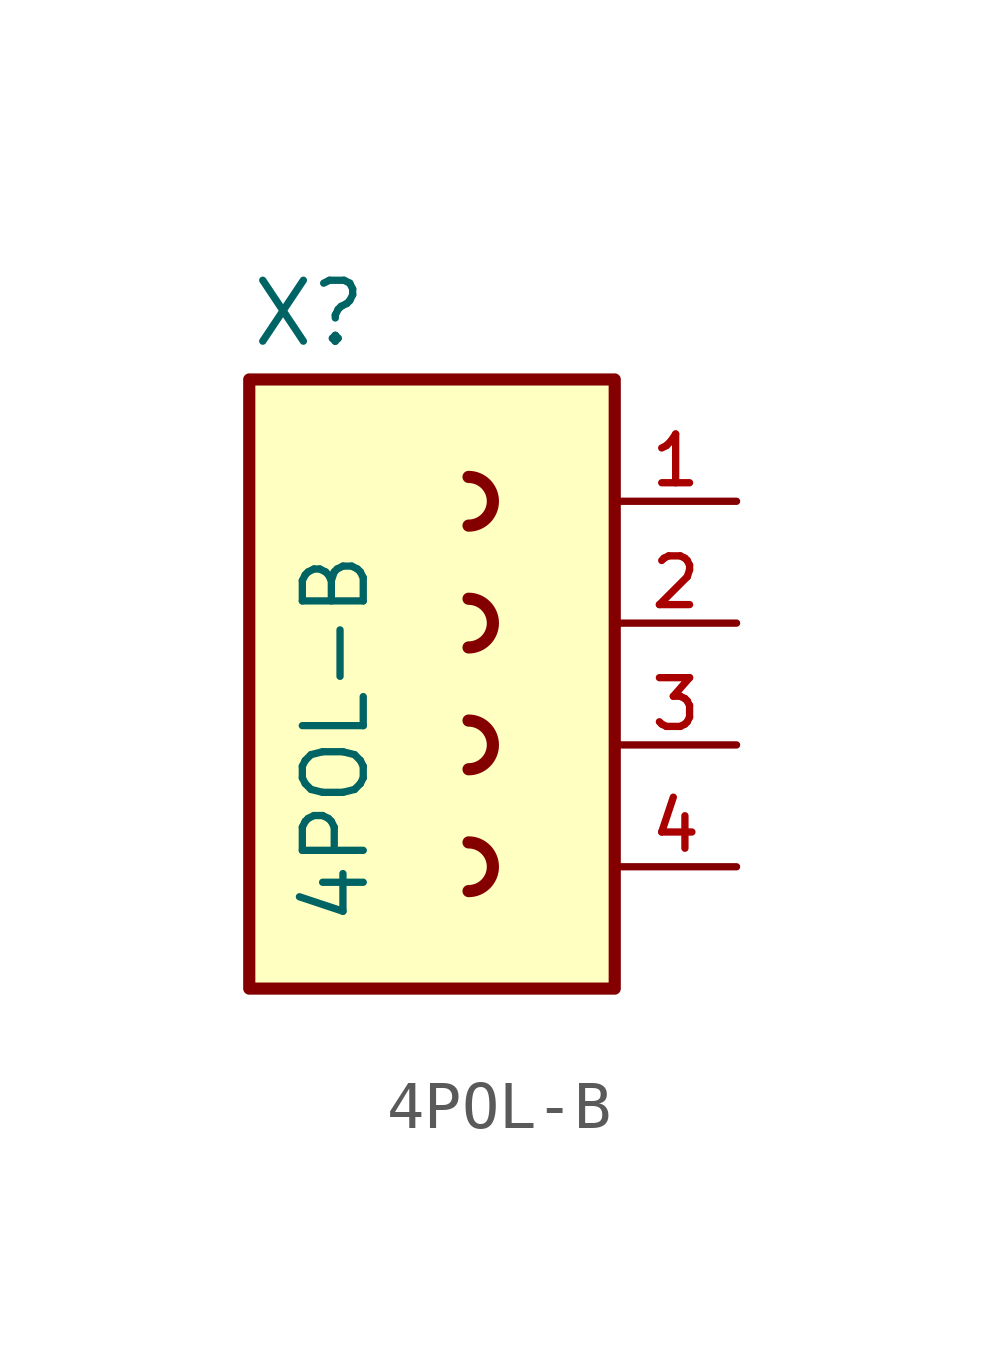
<source format=kicad_sym>
(kicad_symbol_lib
  (version 20211014)
  (generator kicad_symbol_editor)
  (symbol "4POL-B"
    (pin_names
      (offset 1.016))
    (property "Reference" "X"
      (at -5.08 3.175 0)
      (effects (font (size 1.27 1.27)) (justify bottom left)))
    (property "Value" "4POL-B"
      (at -2.54 -8.89 90.0)
      (effects (font (size 1.27 1.27)) (justify bottom left)))
    (symbol "4POL-B_0_0"
      (arc (start -0.508 -0.508) (mid 0.0 0.0) (end -0.508 0.508) (stroke (width 0.254) (type default) (color 0 0 0 0)) (fill (type none)))
      (arc (start -0.508 -3.048) (mid 0.0 -2.54) (end -0.508 -2.032) (stroke (width 0.254) (type default) (color 0 0 0 0)) (fill (type none)))
      (arc (start -0.508 -5.588) (mid 0.0 -5.08) (end -0.508 -4.572) (stroke (width 0.254) (type default) (color 0 0 0 0)) (fill (type none)))
      (arc (start -0.508 -8.128) (mid 0.0 -7.62) (end -0.508 -7.112) (stroke (width 0.254) (type default) (color 0 0 0 0)) (fill (type none)))
      (rectangle (start -5.08 -10.16) (end 2.54 2.54) (stroke (width 0.254)) (fill (type background)))
      (pin bidirectional line (at 5.08 0.0 180.0) (length 2.54) (name "~" (effects (font (size 1.016 1.016)))) (number "1" (effects (font (size 1.016 1.016)))))
      (pin bidirectional line (at 5.08 -2.54 180.0) (length 2.54) (name "~" (effects (font (size 1.016 1.016)))) (number "2" (effects (font (size 1.016 1.016)))))
      (pin bidirectional line (at 5.08 -5.08 180.0) (length 2.54) (name "~" (effects (font (size 1.016 1.016)))) (number "3" (effects (font (size 1.016 1.016)))))
      (pin bidirectional line (at 5.08 -7.62 180.0) (length 2.54) (name "~" (effects (font (size 1.016 1.016)))) (number "4" (effects (font (size 1.016 1.016))))))))
</source>
